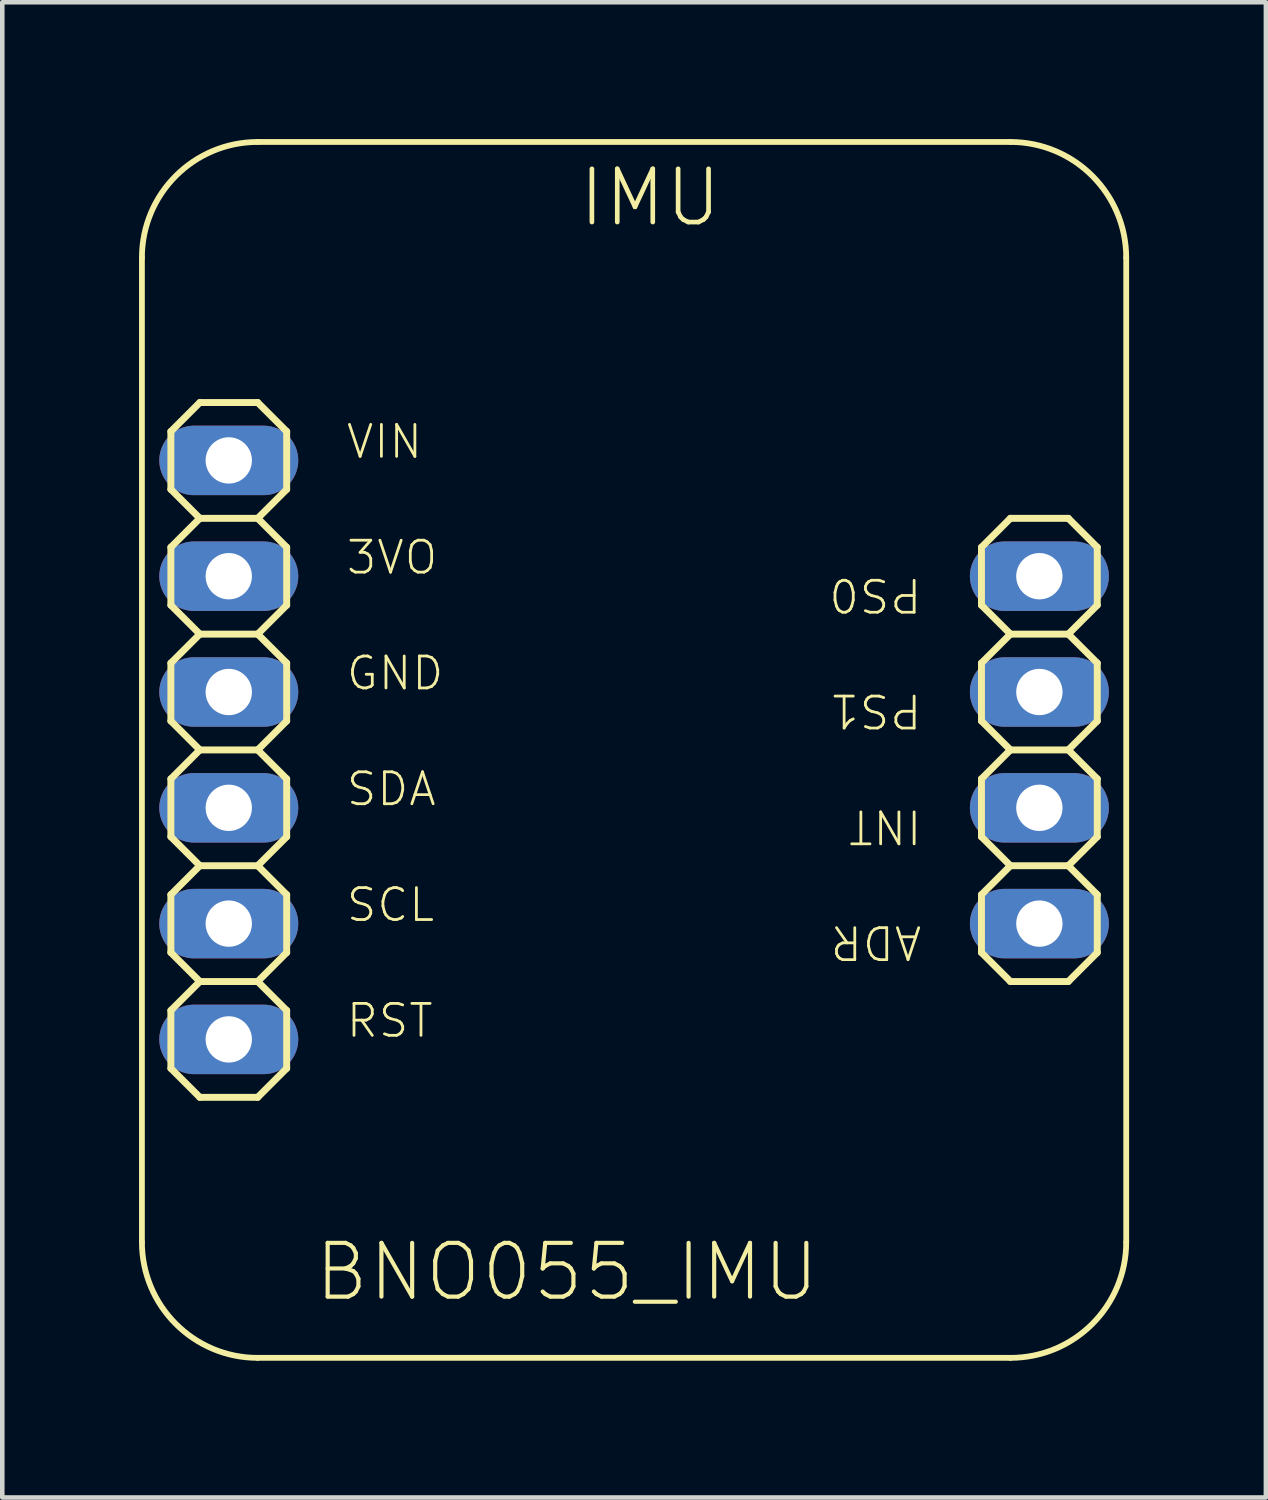
<source format=kicad_pcb>
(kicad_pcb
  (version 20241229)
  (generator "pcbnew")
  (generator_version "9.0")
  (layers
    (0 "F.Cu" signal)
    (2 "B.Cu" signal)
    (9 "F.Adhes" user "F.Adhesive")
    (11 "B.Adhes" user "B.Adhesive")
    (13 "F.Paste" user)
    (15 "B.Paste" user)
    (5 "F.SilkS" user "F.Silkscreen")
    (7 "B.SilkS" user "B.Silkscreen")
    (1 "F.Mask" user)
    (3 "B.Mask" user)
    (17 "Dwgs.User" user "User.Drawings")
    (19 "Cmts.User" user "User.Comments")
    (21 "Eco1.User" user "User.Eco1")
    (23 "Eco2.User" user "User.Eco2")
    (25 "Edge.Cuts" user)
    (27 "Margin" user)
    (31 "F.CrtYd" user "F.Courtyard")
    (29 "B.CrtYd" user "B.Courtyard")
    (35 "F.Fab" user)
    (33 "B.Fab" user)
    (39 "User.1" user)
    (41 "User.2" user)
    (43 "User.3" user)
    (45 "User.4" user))
  (footprint "BNO055_IMU"
    (layer "F.Cu")
    (at 10.858 13.399)
    (property "Reference" "BNO055_IMU" (at -7.061 12.141 0) (unlocked yes) (layer "F.SilkS") (effects (font (size 1.179 1.179) (thickness 0.091)) (justify left bottom)))
    (fp_line (start -10.795 -10.795) (end -10.795 10.795) (stroke (width 0.127) (type solid)) (layer "F.SilkS"))
    (fp_line (start -10.16 -5.715) (end -10.16 -6.985) (stroke (width 0.152) (type solid)) (layer "F.SilkS"))
    (fp_line (start -10.16 -4.445) (end -9.525 -5.08) (stroke (width 0.152) (type solid)) (layer "F.SilkS"))
    (fp_line (start -10.16 -3.175) (end -10.16 -4.445) (stroke (width 0.152) (type solid)) (layer "F.SilkS"))
    (fp_line (start -10.16 -1.905) (end -9.525 -2.54) (stroke (width 0.152) (type solid)) (layer "F.SilkS"))
    (fp_line (start -10.16 -0.635) (end -10.16 -1.905) (stroke (width 0.152) (type solid)) (layer "F.SilkS"))
    (fp_line (start -10.16 1.905) (end -10.16 0.635) (stroke (width 0.152) (type solid)) (layer "F.SilkS"))
    (fp_line (start -10.16 3.175) (end -9.525 2.54) (stroke (width 0.152) (type solid)) (layer "F.SilkS"))
    (fp_line (start -10.16 4.445) (end -10.16 3.175) (stroke (width 0.152) (type solid)) (layer "F.SilkS"))
    (fp_line (start -10.16 6.985) (end -10.16 5.715) (stroke (width 0.152) (type solid)) (layer "F.SilkS"))
    (fp_line (start -9.525 -7.62) (end -10.16 -6.985) (stroke (width 0.152) (type solid)) (layer "F.SilkS"))
    (fp_line (start -9.525 -5.08) (end -10.16 -5.715) (stroke (width 0.152) (type solid)) (layer "F.SilkS"))
    (fp_line (start -9.525 -2.54) (end -10.16 -3.175) (stroke (width 0.152) (type solid)) (layer "F.SilkS"))
    (fp_line (start -9.525 0) (end -10.16 -0.635) (stroke (width 0.152) (type solid)) (layer "F.SilkS"))
    (fp_line (start -9.525 0) (end -10.16 0.635) (stroke (width 0.152) (type solid)) (layer "F.SilkS"))
    (fp_line (start -9.525 2.54) (end -10.16 1.905) (stroke (width 0.152) (type solid)) (layer "F.SilkS"))
    (fp_line (start -9.525 5.08) (end -10.16 4.445) (stroke (width 0.152) (type solid)) (layer "F.SilkS"))
    (fp_line (start -9.525 5.08) (end -10.16 5.715) (stroke (width 0.152) (type solid)) (layer "F.SilkS"))
    (fp_line (start -9.525 7.62) (end -10.16 6.985) (stroke (width 0.152) (type solid)) (layer "F.SilkS"))
    (fp_line (start -8.255 -7.62) (end -9.525 -7.62) (stroke (width 0.152) (type solid)) (layer "F.SilkS"))
    (fp_line (start -8.255 -5.08) (end -9.525 -5.08) (stroke (width 0.152) (type solid)) (layer "F.SilkS"))
    (fp_line (start -8.255 -5.08) (end -7.62 -4.445) (stroke (width 0.152) (type solid)) (layer "F.SilkS"))
    (fp_line (start -8.255 -2.54) (end -9.525 -2.54) (stroke (width 0.152) (type solid)) (layer "F.SilkS"))
    (fp_line (start -8.255 -2.54) (end -7.62 -1.905) (stroke (width 0.152) (type solid)) (layer "F.SilkS"))
    (fp_line (start -8.255 0) (end -9.525 0) (stroke (width 0.152) (type solid)) (layer "F.SilkS"))
    (fp_line (start -8.255 2.54) (end -9.525 2.54) (stroke (width 0.152) (type solid)) (layer "F.SilkS"))
    (fp_line (start -8.255 2.54) (end -7.62 3.175) (stroke (width 0.152) (type solid)) (layer "F.SilkS"))
    (fp_line (start -8.255 5.08) (end -9.525 5.08) (stroke (width 0.152) (type solid)) (layer "F.SilkS"))
    (fp_line (start -8.255 7.62) (end -9.525 7.62) (stroke (width 0.152) (type solid)) (layer "F.SilkS"))
    (fp_line (start -8.255 13.335) (end 8.255 13.335) (stroke (width 0.127) (type solid)) (layer "F.SilkS"))
    (fp_line (start -7.62 -6.985) (end -8.255 -7.62) (stroke (width 0.152) (type solid)) (layer "F.SilkS"))
    (fp_line (start -7.62 -6.985) (end -7.62 -5.715) (stroke (width 0.152) (type solid)) (layer "F.SilkS"))
    (fp_line (start -7.62 -5.715) (end -8.255 -5.08) (stroke (width 0.152) (type solid)) (layer "F.SilkS"))
    (fp_line (start -7.62 -4.445) (end -7.62 -3.175) (stroke (width 0.152) (type solid)) (layer "F.SilkS"))
    (fp_line (start -7.62 -3.175) (end -8.255 -2.54) (stroke (width 0.152) (type solid)) (layer "F.SilkS"))
    (fp_line (start -7.62 -1.905) (end -7.62 -0.635) (stroke (width 0.152) (type solid)) (layer "F.SilkS"))
    (fp_line (start -7.62 -0.635) (end -8.255 0) (stroke (width 0.152) (type solid)) (layer "F.SilkS"))
    (fp_line (start -7.62 0.635) (end -8.255 0) (stroke (width 0.152) (type solid)) (layer "F.SilkS"))
    (fp_line (start -7.62 0.635) (end -7.62 1.905) (stroke (width 0.152) (type solid)) (layer "F.SilkS"))
    (fp_line (start -7.62 1.905) (end -8.255 2.54) (stroke (width 0.152) (type solid)) (layer "F.SilkS"))
    (fp_line (start -7.62 3.175) (end -7.62 4.445) (stroke (width 0.152) (type solid)) (layer "F.SilkS"))
    (fp_line (start -7.62 4.445) (end -8.255 5.08) (stroke (width 0.152) (type solid)) (layer "F.SilkS"))
    (fp_line (start -7.62 5.715) (end -8.255 5.08) (stroke (width 0.152) (type solid)) (layer "F.SilkS"))
    (fp_line (start -7.62 5.715) (end -7.62 6.985) (stroke (width 0.152) (type solid)) (layer "F.SilkS"))
    (fp_line (start -7.62 6.985) (end -8.255 7.62) (stroke (width 0.152) (type solid)) (layer "F.SilkS"))
    (fp_line (start 7.62 -4.445) (end 8.255 -5.08) (stroke (width 0.152) (type solid)) (layer "F.SilkS"))
    (fp_line (start 7.62 -3.175) (end 7.62 -4.445) (stroke (width 0.152) (type solid)) (layer "F.SilkS"))
    (fp_line (start 7.62 -3.175) (end 8.255 -2.54) (stroke (width 0.152) (type solid)) (layer "F.SilkS"))
    (fp_line (start 7.62 -1.905) (end 8.255 -2.54) (stroke (width 0.152) (type solid)) (layer "F.SilkS"))
    (fp_line (start 7.62 -0.635) (end 7.62 -1.905) (stroke (width 0.152) (type solid)) (layer "F.SilkS"))
    (fp_line (start 7.62 0.635) (end 8.255 0) (stroke (width 0.152) (type solid)) (layer "F.SilkS"))
    (fp_line (start 7.62 1.905) (end 7.62 0.635) (stroke (width 0.152) (type solid)) (layer "F.SilkS"))
    (fp_line (start 7.62 3.175) (end 8.255 2.54) (stroke (width 0.152) (type solid)) (layer "F.SilkS"))
    (fp_line (start 7.62 4.445) (end 7.62 3.175) (stroke (width 0.152) (type solid)) (layer "F.SilkS"))
    (fp_line (start 7.62 4.445) (end 8.255 5.08) (stroke (width 0.152) (type solid)) (layer "F.SilkS"))
    (fp_line (start 8.255 -13.335) (end -8.255 -13.335) (stroke (width 0.127) (type solid)) (layer "F.SilkS"))
    (fp_line (start 8.255 -5.08) (end 9.525 -5.08) (stroke (width 0.152) (type solid)) (layer "F.SilkS"))
    (fp_line (start 8.255 -2.54) (end 9.525 -2.54) (stroke (width 0.152) (type solid)) (layer "F.SilkS"))
    (fp_line (start 8.255 0) (end 7.62 -0.635) (stroke (width 0.152) (type solid)) (layer "F.SilkS"))
    (fp_line (start 8.255 0) (end 9.525 0) (stroke (width 0.152) (type solid)) (layer "F.SilkS"))
    (fp_line (start 8.255 2.54) (end 7.62 1.905) (stroke (width 0.152) (type solid)) (layer "F.SilkS"))
    (fp_line (start 8.255 2.54) (end 9.525 2.54) (stroke (width 0.152) (type solid)) (layer "F.SilkS"))
    (fp_line (start 8.255 5.08) (end 9.525 5.08) (stroke (width 0.152) (type solid)) (layer "F.SilkS"))
    (fp_line (start 9.525 -5.08) (end 10.16 -4.445) (stroke (width 0.152) (type solid)) (layer "F.SilkS"))
    (fp_line (start 9.525 -2.54) (end 10.16 -3.175) (stroke (width 0.152) (type solid)) (layer "F.SilkS"))
    (fp_line (start 9.525 -2.54) (end 10.16 -1.905) (stroke (width 0.152) (type solid)) (layer "F.SilkS"))
    (fp_line (start 9.525 0) (end 10.16 0.635) (stroke (width 0.152) (type solid)) (layer "F.SilkS"))
    (fp_line (start 9.525 2.54) (end 10.16 3.175) (stroke (width 0.152) (type solid)) (layer "F.SilkS"))
    (fp_line (start 9.525 5.08) (end 10.16 4.445) (stroke (width 0.152) (type solid)) (layer "F.SilkS"))
    (fp_line (start 10.16 -4.445) (end 10.16 -3.175) (stroke (width 0.152) (type solid)) (layer "F.SilkS"))
    (fp_line (start 10.16 -1.905) (end 10.16 -0.635) (stroke (width 0.152) (type solid)) (layer "F.SilkS"))
    (fp_line (start 10.16 -0.635) (end 9.525 0) (stroke (width 0.152) (type solid)) (layer "F.SilkS"))
    (fp_line (start 10.16 0.635) (end 10.16 1.905) (stroke (width 0.152) (type solid)) (layer "F.SilkS"))
    (fp_line (start 10.16 1.905) (end 9.525 2.54) (stroke (width 0.152) (type solid)) (layer "F.SilkS"))
    (fp_line (start 10.16 3.175) (end 10.16 4.445) (stroke (width 0.152) (type solid)) (layer "F.SilkS"))
    (fp_line (start 10.795 10.795) (end 10.795 -10.795) (stroke (width 0.127) (type solid)) (layer "F.SilkS"))
    (fp_arc (start -10.795 -10.795) (mid -10.051051 -12.591051) (end -8.255 -13.335) (stroke (width 0.127) (type solid)) (layer "F.SilkS"))
    (fp_arc (start -8.255 13.335) (mid -10.051051 12.591051) (end -10.795 10.795) (stroke (width 0.127) (type solid)) (layer "F.SilkS"))
    (fp_arc (start 8.255 -13.335) (mid 10.051051 -12.591051) (end 10.795 -10.795) (stroke (width 0.127) (type solid)) (layer "F.SilkS"))
    (fp_arc (start 10.795 10.795) (mid 10.051051 12.591051) (end 8.255 13.335) (stroke (width 0.127) (type solid)) (layer "F.SilkS"))
    (fp_poly (pts (xy -9.144 -6.604) (xy -9.144 -6.096) (xy -8.636 -6.096) (xy -8.636 -6.604)) (stroke (width 0.1) (type default)) (fill no) (layer "F.Fab"))
    (fp_poly (pts (xy -9.144 -4.064) (xy -9.144 -3.556) (xy -8.636 -3.556) (xy -8.636 -4.064)) (stroke (width 0.1) (type default)) (fill no) (layer "F.Fab"))
    (fp_poly (pts (xy -9.144 -1.524) (xy -9.144 -1.016) (xy -8.636 -1.016) (xy -8.636 -1.524)) (stroke (width 0.1) (type default)) (fill no) (layer "F.Fab"))
    (fp_poly (pts (xy -9.144 1.016) (xy -9.144 1.524) (xy -8.636 1.524) (xy -8.636 1.016)) (stroke (width 0.1) (type default)) (fill no) (layer "F.Fab"))
    (fp_poly (pts (xy -9.144 3.556) (xy -9.144 4.064) (xy -8.636 4.064) (xy -8.636 3.556)) (stroke (width 0.1) (type default)) (fill no) (layer "F.Fab"))
    (fp_poly (pts (xy -9.144 6.096) (xy -9.144 6.604) (xy -8.636 6.604) (xy -8.636 6.096)) (stroke (width 0.1) (type default)) (fill no) (layer "F.Fab"))
    (fp_poly (pts (xy 9.144 -3.556) (xy 9.144 -4.064) (xy 8.636 -4.064) (xy 8.636 -3.556)) (stroke (width 0.1) (type default)) (fill no) (layer "F.Fab"))
    (fp_poly (pts (xy 9.144 -1.016) (xy 9.144 -1.524) (xy 8.636 -1.524) (xy 8.636 -1.016)) (stroke (width 0.1) (type default)) (fill no) (layer "F.Fab"))
    (fp_poly (pts (xy 9.144 1.524) (xy 9.144 1.016) (xy 8.636 1.016) (xy 8.636 1.524)) (stroke (width 0.1) (type default)) (fill no) (layer "F.Fab"))
    (fp_poly (pts (xy 9.144 4.064) (xy 9.144 3.556) (xy 8.636 3.556) (xy 8.636 4.064)) (stroke (width 0.1) (type default)) (fill no) (layer "F.Fab"))
    (fp_text user "PS0" (at 6.35 -3.81 180) (unlocked yes) (layer "F.SilkS") (effects (font (size 0.701 0.701) (thickness 0.061)) (justify left bottom)))
    (fp_text user "GND" (at -6.35 -1.27 0) (unlocked yes) (layer "F.SilkS") (effects (font (size 0.701 0.701) (thickness 0.061)) (justify left bottom)))
    (fp_text user "SCL" (at -6.35 3.81 0) (unlocked yes) (layer "F.SilkS") (effects (font (size 0.701 0.701) (thickness 0.061)) (justify left bottom)))
    (fp_text user "PS1" (at 6.35 -1.27 180) (unlocked yes) (layer "F.SilkS") (effects (font (size 0.701 0.701) (thickness 0.061)) (justify left bottom)))
    (fp_text user "VIN" (at -6.35 -6.35 0) (unlocked yes) (layer "F.SilkS") (effects (font (size 0.701 0.701) (thickness 0.061)) (justify left bottom)))
    (fp_text user "ADR" (at 6.35 3.81 180) (unlocked yes) (layer "F.SilkS") (effects (font (size 0.701 0.701) (thickness 0.061)) (justify left bottom)))
    (fp_text user "3VO" (at -6.35 -3.81 0) (unlocked yes) (layer "F.SilkS") (effects (font (size 0.701 0.701) (thickness 0.061)) (justify left bottom)))
    (fp_text user "INT" (at 6.35 1.27 180) (unlocked yes) (layer "F.SilkS") (effects (font (size 0.701 0.701) (thickness 0.061)) (justify left bottom)))
    (fp_text user "RST" (at -6.35 6.35 0) (unlocked yes) (layer "F.SilkS") (effects (font (size 0.701 0.701) (thickness 0.061)) (justify left bottom)))
    (fp_text user "IMU" (at -1.27 -11.43 0) (unlocked yes) (layer "F.SilkS") (effects (font (size 1.168 1.168) (thickness 0.102)) (justify left bottom)))
    (fp_text user "SDA" (at -6.35 1.27 0) (unlocked yes) (layer "F.SilkS") (effects (font (size 0.701 0.701) (thickness 0.061)) (justify left bottom)))
    (pad "1" thru_hole oval (at -8.89 -6.35) (size 3.048 1.524) (drill 1.016) (layers "*.Cu" "*.Mask"))
    (pad "2" thru_hole oval (at -8.89 -3.81) (size 3.048 1.524) (drill 1.016) (layers "*.Cu" "*.Mask"))
    (pad "3" thru_hole oval (at -8.89 -1.27) (size 3.048 1.524) (drill 1.016) (layers "*.Cu" "*.Mask"))
    (pad "4" thru_hole oval (at -8.89 1.27) (size 3.048 1.524) (drill 1.016) (layers "*.Cu" "*.Mask"))
    (pad "5" thru_hole oval (at -8.89 3.81) (size 3.048 1.524) (drill 1.016) (layers "*.Cu" "*.Mask"))
    (pad "6" thru_hole oval (at -8.89 6.35) (size 3.048 1.524) (drill 1.016) (layers "*.Cu" "*.Mask"))
    (pad "7" thru_hole oval (at 8.89 3.81 180) (size 3.048 1.524) (drill 1.016) (layers "*.Cu" "*.Mask"))
    (pad "8" thru_hole oval (at 8.89 1.27 180) (size 3.048 1.524) (drill 1.016) (layers "*.Cu" "*.Mask"))
    (pad "9" thru_hole oval (at 8.89 -1.27 180) (size 3.048 1.524) (drill 1.016) (layers "*.Cu" "*.Mask"))
    (pad "10" thru_hole oval (at 8.89 -3.81 180) (size 3.048 1.524) (drill 1.016) (layers "*.Cu" "*.Mask")))
  (gr_rect
    (start -3 -3)
    (end 24.717 29.797)
    (stroke (width 0.1) (type default))
    (fill no)
    (layer "Edge.Cuts")))
</source>
